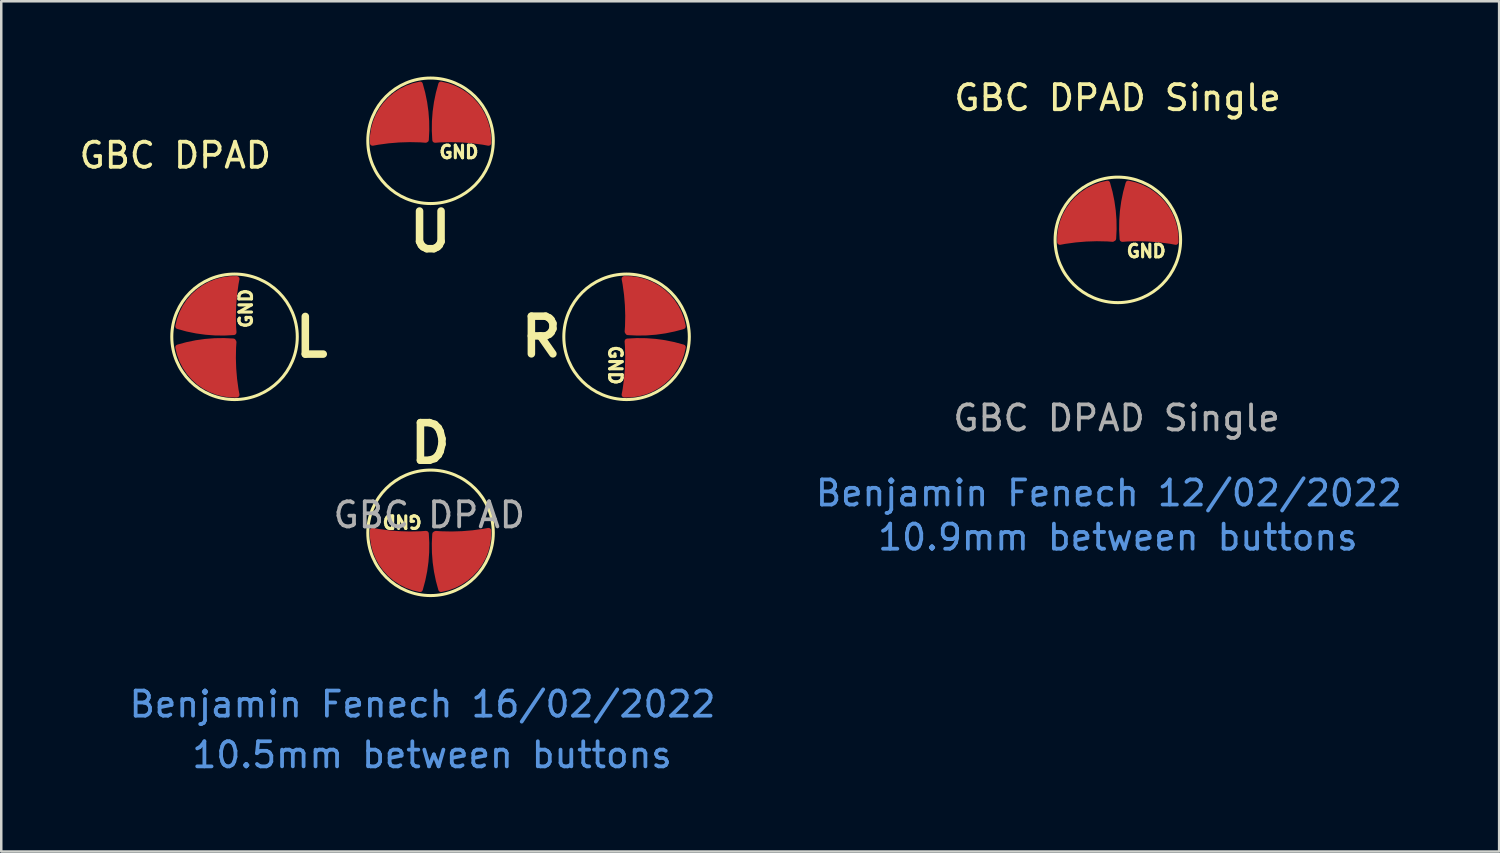
<source format=kicad_pcb>
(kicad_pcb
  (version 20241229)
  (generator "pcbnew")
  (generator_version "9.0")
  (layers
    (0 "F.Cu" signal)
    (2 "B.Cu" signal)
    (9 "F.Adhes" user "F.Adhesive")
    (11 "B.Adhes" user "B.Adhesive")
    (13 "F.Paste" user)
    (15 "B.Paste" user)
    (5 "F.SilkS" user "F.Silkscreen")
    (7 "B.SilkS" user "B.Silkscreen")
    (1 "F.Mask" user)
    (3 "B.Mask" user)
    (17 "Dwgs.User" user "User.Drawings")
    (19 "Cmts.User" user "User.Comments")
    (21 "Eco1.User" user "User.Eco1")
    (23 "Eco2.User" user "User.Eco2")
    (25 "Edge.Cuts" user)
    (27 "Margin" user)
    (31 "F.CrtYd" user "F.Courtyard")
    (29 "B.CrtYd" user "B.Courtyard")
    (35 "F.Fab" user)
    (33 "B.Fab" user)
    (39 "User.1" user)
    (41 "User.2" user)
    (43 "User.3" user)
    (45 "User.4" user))
  (footprint "GBC DPAD"
    (layer "F.Cu")
    (at 14.105 10.37)
    (property "Reference" "GBC DPAD" (at -10.17 -7.23 0) (unlocked yes) (layer "F.SilkS") (effects (font (size 1 1) (thickness 0.15))))
    (attr smd)
    (fp_circle (center -7.81 0) (end -7.81 -2.5) (stroke (width 0.12) (type solid)) (fill no) (layer "F.SilkS"))
    (fp_circle (center 0 -7.81) (end 2.5 -7.81) (stroke (width 0.12) (type solid)) (fill no) (layer "F.SilkS"))
    (fp_circle (center 0 7.81) (end -2.5 7.81) (stroke (width 0.12) (type solid)) (fill no) (layer "F.SilkS"))
    (fp_circle (center 7.81 0) (end 7.81 2.5) (stroke (width 0.12) (type solid)) (fill no) (layer "F.SilkS"))
    (fp_text user "U" (at -0.01 -4.19 0) (unlocked yes) (layer "F.SilkS") (effects (font (size 1.5 1.5) (thickness 0.3))))
    (fp_text user "GND" (at 1.13 -7.36 0) (unlocked yes) (layer "F.SilkS") (effects (font (size 0.5 0.5) (thickness 0.125))))
    (fp_text user "GND" (at -1.13 7.36 180) (unlocked yes) (layer "F.SilkS") (effects (font (size 0.5 0.5) (thickness 0.125))))
    (fp_text user "GND" (at -7.36 -1.13 90) (unlocked yes) (layer "F.SilkS") (effects (font (size 0.5 0.5) (thickness 0.125))))
    (fp_text user "L" (at -4.74 0.01 0) (unlocked yes) (layer "F.SilkS") (effects (font (size 1.5 1.5) (thickness 0.3))))
    (fp_text user "D" (at -0.01 4.24 0) (unlocked yes) (layer "F.SilkS") (effects (font (size 1.5 1.5) (thickness 0.3))))
    (fp_text user "GND" (at 7.36 1.13 270) (unlocked yes) (layer "F.SilkS") (effects (font (size 0.5 0.5) (thickness 0.125))))
    (fp_text user "R" (at 4.41 0 0) (unlocked yes) (layer "F.SilkS") (effects (font (size 1.5 1.5) (thickness 0.3))))
    (fp_text user "Benjamin Fenech 16/02/2022 " (at 0.06 14.64 0) (unlocked yes) (layer "Cmts.User") (effects (font (size 1 1) (thickness 0.15))))
    (fp_text user "10.5mm between buttons" (at 0.06 16.66 0) (unlocked yes) (layer "Cmts.User") (effects (font (size 1 1) (thickness 0.15))))
    (fp_text user "${REFERENCE}" (at -0.05 7.1 0) (unlocked yes) (layer "F.Fab") (effects (font (size 1 1) (thickness 0.15))))
    (pad "1" smd custom (at -1.07 -9.01) (size 1.5 1.5) (layers "F.Cu" "F.Mask" "F.Paste") (options (anchor circle)) (primitives (gr_arc (start -1.250412 1.289981) (mid -0.738613 -0.245475) (end 0.659998 -1.06) (width 0.2)) (gr_arc (start 0.660619 -1.057985) (mid 0.886811 0.041886) (end 0.900942 1.164686) (width 0.2)) (gr_arc (start -1.24219 1.297689) (mid -0.185866 1.168742) (end 0.87826 1.177847) (width 0.2)) (gr_poly (pts (xy 0.89 0.29) (xy 0.87 1.14) (xy 0.53 1.061) (xy -0.48 1.072) (xy -1.24 1.28) (xy -1.13 0.53) (xy -0.74 -0.19) (xy -0.19 -0.69) (xy 0.6 -0.98)) (width 0.2) (fill yes))))
    (pad "2" smd custom (at 1.07 -9.01) (size 1.5 1.5) (layers "F.Cu" "F.Mask" "F.Paste") (options (anchor circle)) (primitives (gr_arc (start -0.66 -1.06) (mid 0.738612 -0.245476) (end 1.250412 1.289981) (width 0.2)) (gr_arc (start -0.900083 1.174959) (mid -0.887363 0.047011) (end -0.660619 -1.057985) (width 0.2)) (gr_arc (start -0.8925 1.178909) (mid 0.17873 1.16834) (end 1.242174 1.297686) (width 0.2)) (gr_poly (pts (xy 0.19 -0.69) (xy 0.74 -0.19) (xy 1.13 0.53) (xy 1.24 1.28) (xy 0.48 1.072) (xy -0.53 1.061) (xy -0.87 1.14) (xy -0.89 0.29) (xy -0.6 -0.98)) (width 0.2) (fill yes))))
    (pad "3" smd custom (at 9.01 -1.07 270) (size 1.5 1.5) (layers "F.Cu" "F.Mask" "F.Paste") (options (anchor circle)) (primitives (gr_arc (start -1.250412 1.289981) (mid -0.739874 -0.243923) (end 0.656055 -1.059334) (width 0.2)) (gr_arc (start 0.660619 -1.057985) (mid 0.886254 0.03676) (end 0.901783 1.154407) (width 0.2)) (gr_arc (start -1.24219 1.297689) (mid -0.192998 1.169148) (end 0.864011 1.176809) (width 0.2)) (gr_poly (pts (xy 0.89 0.29) (xy 0.87 1.14) (xy 0.53 1.061) (xy -0.48 1.072) (xy -1.24 1.28) (xy -1.13 0.53) (xy -0.74 -0.19) (xy -0.19 -0.69) (xy 0.6 -0.98)) (width 0.2) (fill yes))))
    (pad "4" smd custom (at 9.01 1.07 270) (size 1.5 1.5) (layers "F.Cu" "F.Mask" "F.Paste") (options (anchor circle)) (primitives (gr_arc (start -0.66 -1.06) (mid 0.738612 -0.245477) (end 1.250412 1.289979) (width 0.2)) (gr_arc (start -0.900083 1.174959) (mid -0.88791 0.052137) (end -0.663637 -1.048127) (width 0.2)) (gr_arc (start -0.8925 1.178909) (mid 0.178721 1.16834) (end 1.242157 1.297683) (width 0.2)) (gr_poly (pts (xy 0.19 -0.69) (xy 0.74 -0.19) (xy 1.13 0.53) (xy 1.24 1.28) (xy 0.48 1.072) (xy -0.53 1.061) (xy -0.87 1.14) (xy -0.89 0.29) (xy -0.6 -0.98)) (width 0.2) (fill yes))))
    (pad "5" smd custom (at 1.07 9.01 180) (size 1.5 1.5) (layers "F.Cu" "F.Mask" "F.Paste") (options (anchor circle)) (primitives (gr_arc (start -1.250412 1.289981) (mid -0.739874 -0.243923) (end 0.656055 -1.059334) (width 0.2)) (gr_arc (start 0.660619 -1.057985) (mid 0.886254 0.03676) (end 0.901783 1.154407) (width 0.2)) (gr_arc (start -1.24219 1.297689) (mid -0.192998 1.169148) (end 0.864011 1.176809) (width 0.2)) (gr_poly (pts (xy 0.89 0.29) (xy 0.87 1.14) (xy 0.53 1.061) (xy -0.48 1.072) (xy -1.24 1.28) (xy -1.13 0.53) (xy -0.74 -0.19) (xy -0.19 -0.69) (xy 0.6 -0.98)) (width 0.2) (fill yes))))
    (pad "6" smd custom (at -1.07 9.01 180) (size 1.5 1.5) (layers "F.Cu" "F.Mask" "F.Paste") (options (anchor circle)) (primitives (gr_arc (start -0.66 -1.06) (mid 0.738612 -0.245477) (end 1.250412 1.289979) (width 0.2)) (gr_arc (start -0.900083 1.174959) (mid -0.88791 0.052137) (end -0.663637 -1.048127) (width 0.2)) (gr_arc (start -0.8925 1.178909) (mid 0.178721 1.16834) (end 1.242157 1.297683) (width 0.2)) (gr_poly (pts (xy 0.19 -0.69) (xy 0.74 -0.19) (xy 1.13 0.53) (xy 1.24 1.28) (xy 0.48 1.072) (xy -0.53 1.061) (xy -0.87 1.14) (xy -0.89 0.29) (xy -0.6 -0.98)) (width 0.2) (fill yes))))
    (pad "7" smd custom (at -9.01 1.07 90) (size 1.5 1.5) (layers "F.Cu" "F.Mask" "F.Paste") (options (anchor circle)) (primitives (gr_arc (start -1.250412 1.289981) (mid -0.739874 -0.243923) (end 0.656055 -1.059334) (width 0.2)) (gr_arc (start 0.660619 -1.057985) (mid 0.886254 0.03676) (end 0.901783 1.154407) (width 0.2)) (gr_arc (start -1.24219 1.297689) (mid -0.192998 1.169148) (end 0.864011 1.176809) (width 0.2)) (gr_poly (pts (xy 0.89 0.29) (xy 0.87 1.14) (xy 0.53 1.061) (xy -0.48 1.072) (xy -1.24 1.28) (xy -1.13 0.53) (xy -0.74 -0.19) (xy -0.19 -0.69) (xy 0.6 -0.98)) (width 0.2) (fill yes))))
    (pad "8" smd custom (at -9.01 -1.07 90) (size 1.5 1.5) (layers "F.Cu" "F.Mask" "F.Paste") (options (anchor circle)) (primitives (gr_arc (start -0.66 -1.06) (mid 0.738612 -0.245477) (end 1.250412 1.289979) (width 0.2)) (gr_arc (start -0.900083 1.174959) (mid -0.88791 0.052137) (end -0.663637 -1.048127) (width 0.2)) (gr_arc (start -0.8925 1.178909) (mid 0.178721 1.16834) (end 1.242157 1.297683) (width 0.2)) (gr_poly (pts (xy 0.19 -0.69) (xy 0.74 -0.19) (xy 1.13 0.53) (xy 1.24 1.28) (xy 0.48 1.072) (xy -0.53 1.061) (xy -0.87 1.14) (xy -0.89 0.29) (xy -0.6 -0.98)) (width 0.2) (fill yes))))
    (zone (net_name "") (layer "F.SilkS") (hatch none 0.508) (connect_pads) (min_thickness 0.254) (filled_areas_thickness no) (fill) (polygon (pts (xy 6.295 7.865) (xy 5.981 7.885) (xy 5.672 7.944) (xy 5.372 8.041) (xy 5.088 8.175) (xy 4.822 8.343) (xy 4.58 8.544) (xy 4.364 8.773) (xy 4.18 9.028) (xy 4.028 9.303) (xy 3.912 9.596) (xy 3.834 9.901) (xy 3.795 10.213) (xy 3.795 10.527) (xy 3.834 10.839) (xy 3.912 11.144) (xy 4.028 11.437) (xy 4.18 11.712) (xy 4.364 11.967) (xy 4.58 12.196) (xy 4.822 12.397) (xy 5.088 12.565) (xy 5.372 12.699) (xy 5.672 12.796) (xy 5.981 12.855) (xy 6.295 12.875) (xy 6.608 12.855) (xy 6.917 12.796) (xy 7.217 12.699) (xy 7.501 12.565) (xy 7.767 12.397) (xy 8.009 12.196) (xy 8.225 11.967) (xy 8.41 11.712) (xy 8.561 11.437) (xy 8.677 11.144) (xy 8.755 10.839) (xy 8.795 10.527) (xy 8.795 10.213) (xy 8.755 9.901) (xy 8.677 9.596) (xy 8.561 9.303) (xy 8.41 9.028) (xy 8.225 8.773) (xy 8.009 8.544) (xy 7.767 8.343) (xy 7.501 8.175) (xy 7.217 8.041) (xy 6.917 7.944) (xy 6.608 7.885))))
    (zone (net_name "") (layer "F.SilkS") (hatch none 0.508) (connect_pads) (min_thickness 0.254) (filled_areas_thickness no) (fill) (polygon (pts (xy 11.6 18.18) (xy 11.619 18.494) (xy 11.678 18.803) (xy 11.775 19.102) (xy 11.909 19.387) (xy 12.078 19.652) (xy 12.278 19.895) (xy 12.508 20.11) (xy 12.762 20.295) (xy 13.038 20.447) (xy 13.33 20.562) (xy 13.635 20.641) (xy 13.947 20.68) (xy 14.262 20.68) (xy 14.574 20.641) (xy 14.879 20.562) (xy 15.171 20.447) (xy 15.447 20.295) (xy 15.701 20.11) (xy 15.931 19.895) (xy 16.131 19.652) (xy 16.3 19.387) (xy 16.434 19.102) (xy 16.531 18.803) (xy 16.59 18.494) (xy 16.609 18.18) (xy 16.59 17.866) (xy 16.531 17.557) (xy 16.434 17.258) (xy 16.3 16.973) (xy 16.131 16.708) (xy 15.931 16.465) (xy 15.701 16.25) (xy 15.447 16.065) (xy 15.171 15.913) (xy 14.879 15.798) (xy 14.574 15.719) (xy 14.262 15.68) (xy 13.947 15.68) (xy 13.635 15.719) (xy 13.33 15.798) (xy 13.038 15.913) (xy 12.762 16.065) (xy 12.508 16.25) (xy 12.278 16.465) (xy 12.078 16.708) (xy 11.909 16.973) (xy 11.775 17.258) (xy 11.678 17.557) (xy 11.619 17.866))))
    (zone (net_name "") (layer "F.SilkS") (hatch none 0.508) (connect_pads) (min_thickness 0.254) (filled_areas_thickness no) (fill) (polygon (pts (xy 16.609 2.56) (xy 16.59 2.246) (xy 16.531 1.937) (xy 16.434 1.638) (xy 16.3 1.353) (xy 16.131 1.088) (xy 15.931 0.845) (xy 15.701 0.63) (xy 15.447 0.445) (xy 15.171 0.293) (xy 14.879 0.178) (xy 14.574 0.099) (xy 14.262 0.06) (xy 13.947 0.06) (xy 13.635 0.099) (xy 13.33 0.178) (xy 13.038 0.293) (xy 12.762 0.445) (xy 12.508 0.63) (xy 12.278 0.845) (xy 12.078 1.088) (xy 11.909 1.353) (xy 11.775 1.638) (xy 11.678 1.937) (xy 11.619 2.246) (xy 11.6 2.56) (xy 11.619 2.874) (xy 11.678 3.183) (xy 11.775 3.482) (xy 11.909 3.767) (xy 12.078 4.032) (xy 12.278 4.275) (xy 12.508 4.49) (xy 12.762 4.675) (xy 13.038 4.827) (xy 13.33 4.942) (xy 13.635 5.021) (xy 13.947 5.06) (xy 14.262 5.06) (xy 14.574 5.021) (xy 14.879 4.942) (xy 15.171 4.827) (xy 15.447 4.675) (xy 15.701 4.49) (xy 15.931 4.275) (xy 16.131 4.032) (xy 16.3 3.767) (xy 16.434 3.482) (xy 16.531 3.183) (xy 16.59 2.874))))
    (zone (net_name "") (layer "F.SilkS") (hatch none 0.508) (connect_pads) (min_thickness 0.254) (filled_areas_thickness no) (fill) (polygon (pts (xy 21.915 12.875) (xy 22.228 12.855) (xy 22.537 12.796) (xy 22.837 12.699) (xy 23.121 12.565) (xy 23.387 12.397) (xy 23.629 12.196) (xy 23.845 11.967) (xy 24.03 11.712) (xy 24.181 11.437) (xy 24.297 11.144) (xy 24.375 10.839) (xy 24.415 10.527) (xy 24.415 10.213) (xy 24.375 9.901) (xy 24.297 9.596) (xy 24.181 9.303) (xy 24.03 9.028) (xy 23.845 8.773) (xy 23.629 8.544) (xy 23.387 8.343) (xy 23.121 8.175) (xy 22.837 8.041) (xy 22.537 7.944) (xy 22.228 7.885) (xy 21.915 7.865) (xy 21.601 7.885) (xy 21.292 7.944) (xy 20.992 8.041) (xy 20.708 8.175) (xy 20.442 8.343) (xy 20.2 8.544) (xy 19.984 8.773) (xy 19.8 9.028) (xy 19.648 9.303) (xy 19.532 9.596) (xy 19.454 9.901) (xy 19.415 10.213) (xy 19.415 10.527) (xy 19.454 10.839) (xy 19.532 11.144) (xy 19.648 11.437) (xy 19.8 11.712) (xy 19.984 11.967) (xy 20.2 12.196) (xy 20.442 12.397) (xy 20.708 12.565) (xy 20.992 12.699) (xy 21.292 12.796) (xy 21.601 12.855)))))
  (footprint "GBC DPAD Single"
    (layer "F.Cu")
    (at 41.49 6.508)
    (property "Reference" "GBC DPAD Single" (at -0.01 -5.66 0) (unlocked yes) (layer "F.SilkS") (effects (font (size 1 1) (thickness 0.15))))
    (attr smd)
    (fp_circle (center 0 0) (end 2.5 0) (stroke (width 0.12) (type solid)) (fill no) (layer "F.SilkS"))
    (fp_text user "GND" (at 1.13 0.45 0) (unlocked yes) (layer "F.SilkS") (effects (font (size 0.5 0.5) (thickness 0.125))))
    (fp_text user "10.9mm between buttons" (at 0 11.85 0) (unlocked yes) (layer "Cmts.User") (effects (font (size 1 1) (thickness 0.15))))
    (fp_text user "Benjamin Fenech 12/02/2022 " (at 0.02 10.09 0) (unlocked yes) (layer "Cmts.User") (effects (font (size 1 1) (thickness 0.15))))
    (fp_text user "${REFERENCE}" (at -0.05 7.1 0) (unlocked yes) (layer "F.Fab") (effects (font (size 1 1) (thickness 0.15))))
    (pad "1" smd custom (at -1.07 -1.2) (size 1.5 1.5) (layers "F.Cu" "F.Mask" "F.Paste") (options (anchor circle)) (primitives (gr_arc (start -1.250412 1.289981) (mid -0.739874 -0.243923) (end 0.656055 -1.059334) (width 0.2)) (gr_arc (start 0.660619 -1.057985) (mid 0.886254 0.03676) (end 0.901783 1.154407) (width 0.2)) (gr_arc (start -1.24219 1.297689) (mid -0.192998 1.169148) (end 0.864011 1.176809) (width 0.2)) (gr_poly (pts (xy 0.89 0.29) (xy 0.87 1.14) (xy 0.53 1.061) (xy -0.48 1.072) (xy -1.24 1.28) (xy -1.13 0.53) (xy -0.74 -0.19) (xy -0.19 -0.69) (xy 0.6 -0.98)) (width 0.2) (fill yes))))
    (pad "2" smd custom (at 1.07 -1.2) (size 1.5 1.5) (layers "F.Cu" "F.Mask" "F.Paste") (options (anchor circle)) (primitives (gr_arc (start -0.66 -1.06) (mid 0.738612 -0.245477) (end 1.250412 1.289979) (width 0.2)) (gr_arc (start -0.900083 1.174959) (mid -0.88791 0.052137) (end -0.663637 -1.048127) (width 0.2)) (gr_arc (start -0.8925 1.178909) (mid 0.178721 1.16834) (end 1.242157 1.297683) (width 0.2)) (gr_poly (pts (xy 0.19 -0.69) (xy 0.74 -0.19) (xy 1.13 0.53) (xy 1.24 1.28) (xy 0.48 1.072) (xy -0.53 1.061) (xy -0.87 1.14) (xy -0.89 0.29) (xy -0.6 -0.98)) (width 0.2) (fill yes))))
    (zone (net_name "") (layer "F.SilkS") (hatch none 0.508) (connect_pads) (min_thickness 0.254) (filled_areas_thickness no) (fill) (polygon (pts (xy 43.995 6.508) (xy 43.975 6.194) (xy 43.916 5.885) (xy 43.819 5.586) (xy 43.685 5.301) (xy 43.516 5.036) (xy 43.316 4.793) (xy 43.086 4.578) (xy 42.832 4.393) (xy 42.556 4.242) (xy 42.264 4.126) (xy 41.959 4.048) (xy 41.647 4.008) (xy 41.332 4.008) (xy 41.02 4.048) (xy 40.716 4.126) (xy 40.423 4.242) (xy 40.148 4.393) (xy 39.893 4.578) (xy 39.664 4.793) (xy 39.463 5.036) (xy 39.295 5.301) (xy 39.161 5.586) (xy 39.064 5.885) (xy 39.005 6.194) (xy 38.985 6.508) (xy 39.005 6.822) (xy 39.064 7.131) (xy 39.161 7.43) (xy 39.295 7.715) (xy 39.463 7.981) (xy 39.664 8.223) (xy 39.893 8.438) (xy 40.148 8.623) (xy 40.423 8.775) (xy 40.716 8.891) (xy 41.02 8.969) (xy 41.332 9.008) (xy 41.647 9.008) (xy 41.959 8.969) (xy 42.264 8.891) (xy 42.556 8.775) (xy 42.832 8.623) (xy 43.086 8.438) (xy 43.316 8.223) (xy 43.516 7.981) (xy 43.685 7.715) (xy 43.819 7.43) (xy 43.916 7.131) (xy 43.975 6.822)))))
  (gr_rect
    (start -3 -3)
    (end 56.682 30.878)
    (stroke (width 0.1) (type default))
    (fill no)
    (layer "Edge.Cuts")))
</source>
